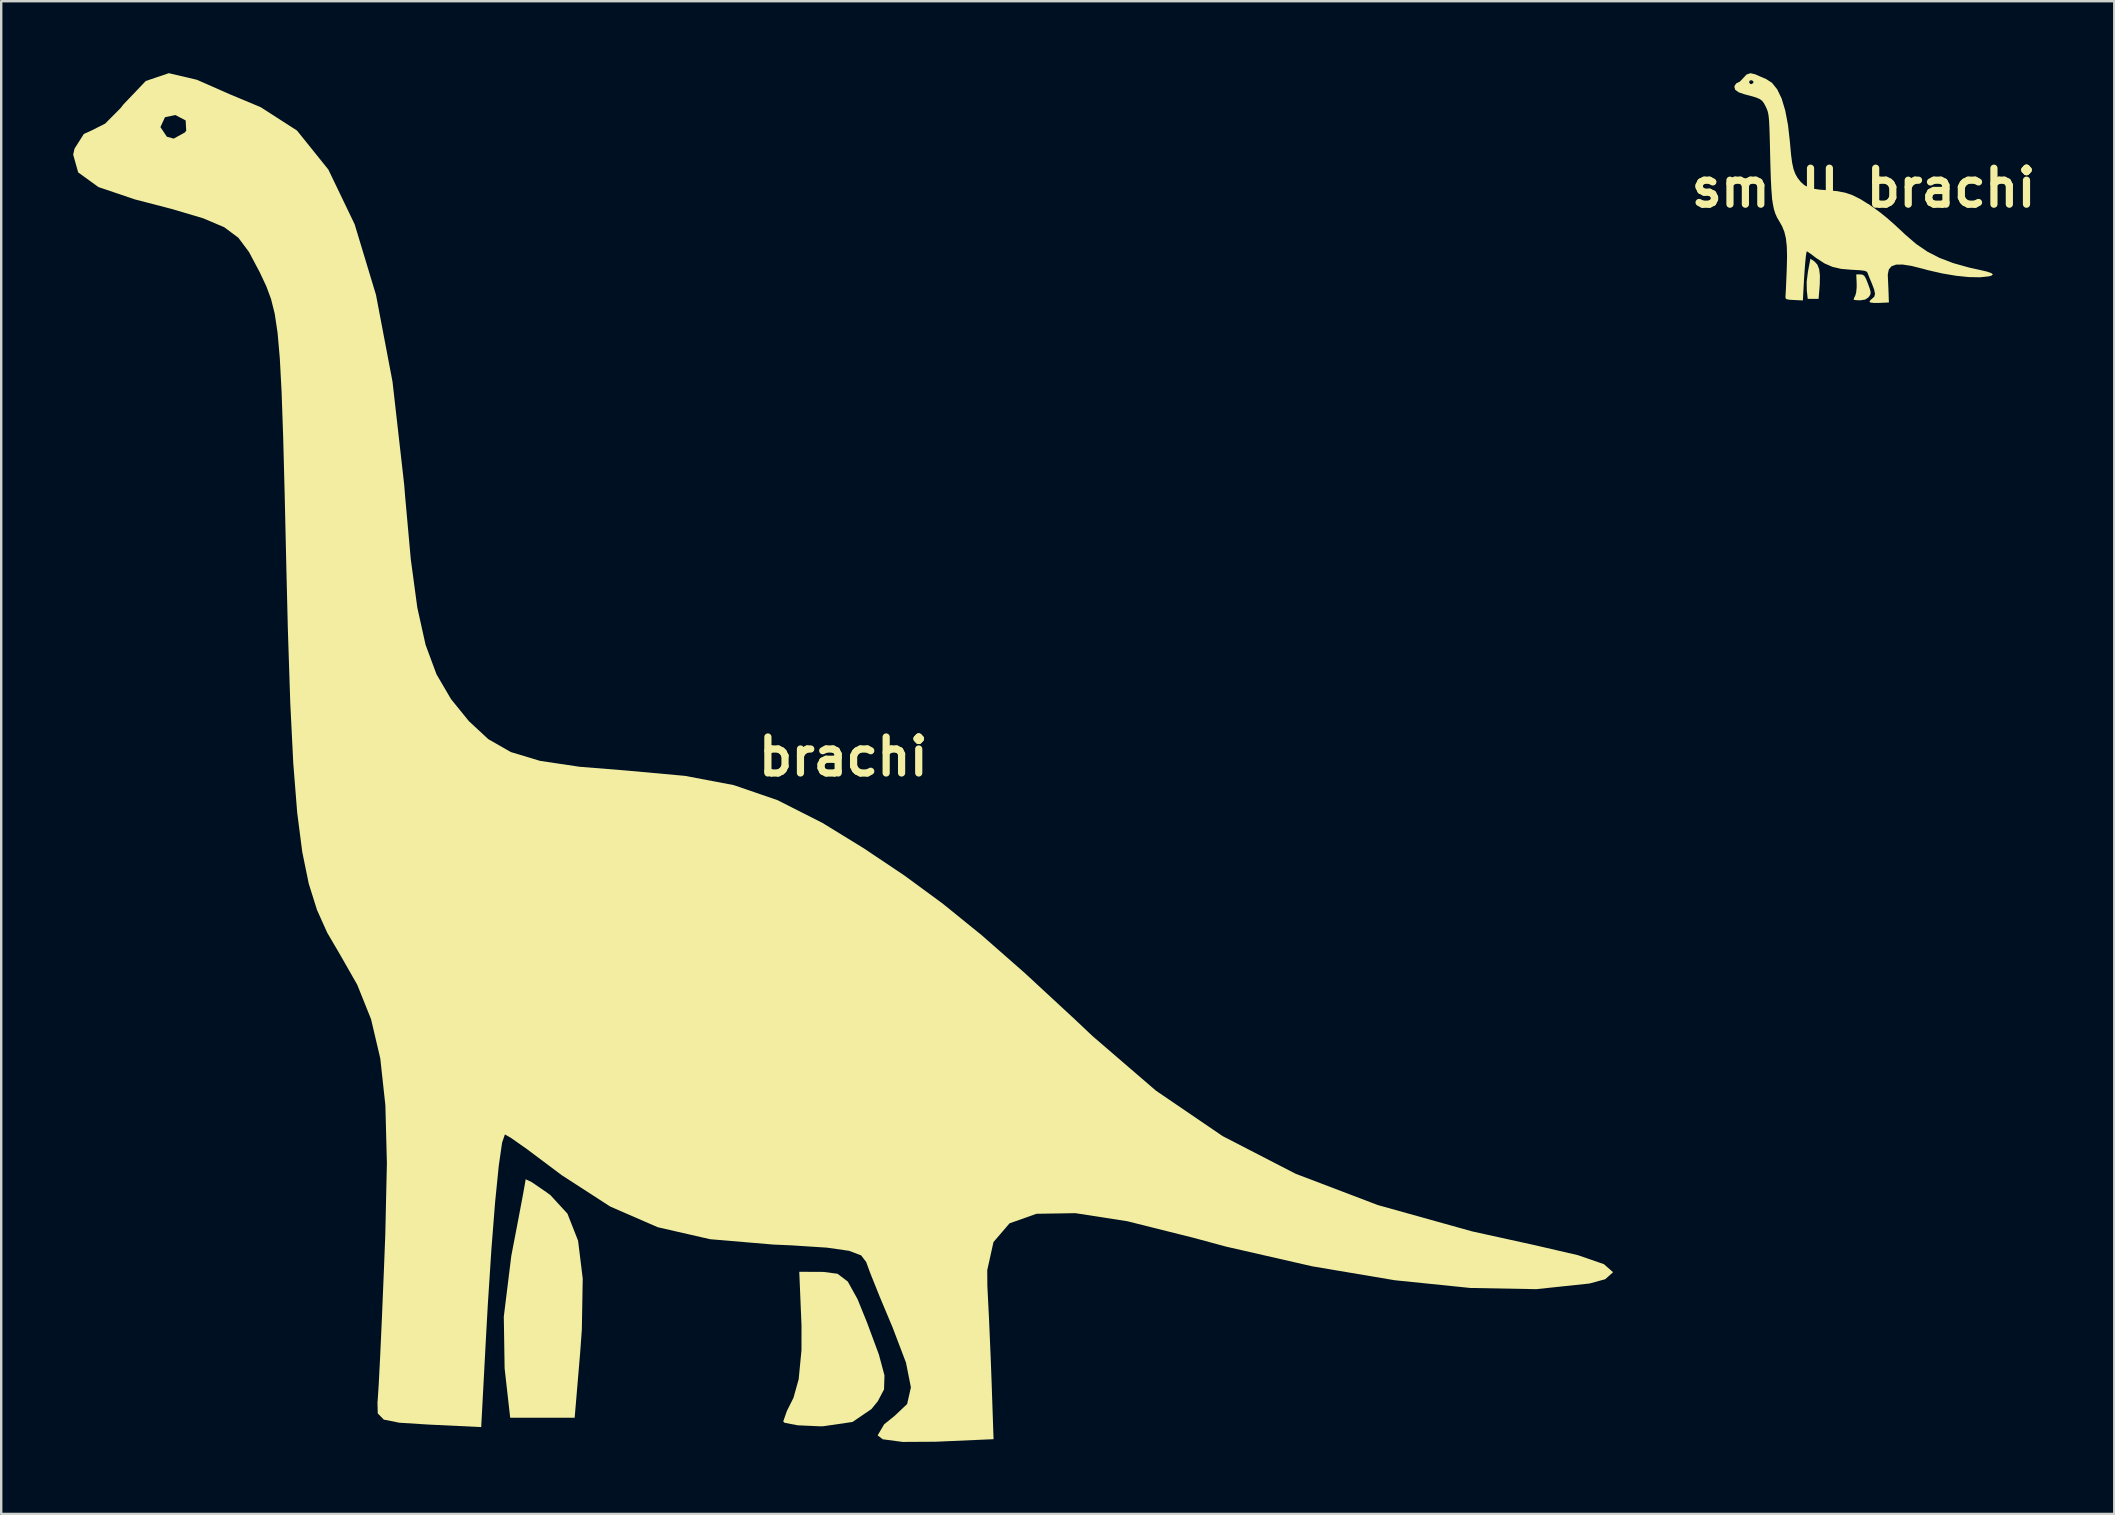
<source format=kicad_pcb>
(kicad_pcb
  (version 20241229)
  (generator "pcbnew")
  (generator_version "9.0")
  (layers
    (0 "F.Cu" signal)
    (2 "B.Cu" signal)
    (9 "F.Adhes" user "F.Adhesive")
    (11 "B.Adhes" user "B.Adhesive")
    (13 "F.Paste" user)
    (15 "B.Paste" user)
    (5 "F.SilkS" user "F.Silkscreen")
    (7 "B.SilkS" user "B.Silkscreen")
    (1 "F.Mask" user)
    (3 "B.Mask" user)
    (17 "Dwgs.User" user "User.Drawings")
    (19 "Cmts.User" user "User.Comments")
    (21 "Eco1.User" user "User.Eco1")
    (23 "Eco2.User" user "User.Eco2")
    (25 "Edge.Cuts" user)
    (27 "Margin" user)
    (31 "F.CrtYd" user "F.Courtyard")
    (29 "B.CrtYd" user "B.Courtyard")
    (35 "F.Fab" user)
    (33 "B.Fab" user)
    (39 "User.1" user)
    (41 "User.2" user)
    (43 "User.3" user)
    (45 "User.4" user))
  (footprint "small_brachi"
    (layer "F.Cu")
    (at 74.614 4.781)
    (property "Reference" "small_brachi" (at 0 0 0) (layer "F.SilkS") (effects (font (size 1.5 1.5) (thickness 0.3))))
    (attr board_only exclude_from_pos_files exclude_from_bom)
    (fp_poly (pts (xy -2.18 2.976) (xy -2.075 3.047) (xy -2.049 3.066) (xy -1.93 3.196) (xy -1.855 3.385) (xy -1.823 3.65) (xy -1.829 4.007) (xy -1.841 4.175) (xy -1.879 4.624) (xy -2.105 4.624) (xy -2.33 4.624) (xy -2.369 4.278) (xy -2.375 3.916) (xy -2.322 3.493) (xy -2.315 3.453) (xy -2.272 3.229) (xy -2.239 3.056) (xy -2.223 2.963) (xy -2.222 2.956)) (stroke (width 0) (type solid)) (fill yes) (layer "F.SilkS"))
    (fp_poly (pts (xy -0.139 3.604) (xy -0.041 3.617) (xy 0.031 3.671) (xy 0.1 3.794) (xy 0.165 3.956) (xy 0.249 4.181) (xy 0.288 4.327) (xy 0.285 4.425) (xy 0.241 4.508) (xy 0.197 4.563) (xy 0.064 4.653) (xy -0.142 4.684) (xy -0.163 4.684) (xy -0.32 4.677) (xy -0.411 4.659) (xy -0.42 4.65) (xy -0.395 4.577) (xy -0.349 4.485) (xy -0.312 4.353) (xy -0.292 4.151) (xy -0.292 3.978) (xy -0.308 3.603)) (stroke (width 0) (type solid)) (fill yes) (layer "F.SilkS"))
    (fp_poly (pts (xy -4.522 -4.735) (xy -4.49 -4.721) (xy -4.292 -4.634) (xy -4.084 -4.547) (xy -4.076 -4.544) (xy -3.821 -4.38) (xy -3.602 -4.107) (xy -3.418 -3.724) (xy -3.269 -3.23) (xy -3.153 -2.623) (xy -3.072 -1.902) (xy -3.065 -1.816) (xy -3.025 -1.381) (xy -2.98 -1.043) (xy -2.922 -0.782) (xy -2.845 -0.576) (xy -2.744 -0.403) (xy -2.62 -0.249) (xy -2.483 -0.123) (xy -2.326 -0.033) (xy -2.121 0.029) (xy -1.844 0.071) (xy -1.524 0.096) (xy -1.107 0.134) (xy -0.767 0.199) (xy -0.461 0.304) (xy -0.145 0.463) (xy 0.143 0.641) (xy 0.428 0.832) (xy 0.695 1.028) (xy 0.968 1.249) (xy 1.269 1.513) (xy 1.622 1.84) (xy 1.743 1.954) (xy 2.187 2.336) (xy 2.653 2.654) (xy 3.164 2.917) (xy 3.739 3.136) (xy 4.399 3.32) (xy 4.838 3.417) (xy 5.138 3.487) (xy 5.32 3.55) (xy 5.384 3.606) (xy 5.329 3.655) (xy 5.219 3.685) (xy 4.847 3.724) (xy 4.386 3.716) (xy 3.857 3.662) (xy 3.28 3.565) (xy 2.677 3.427) (xy 2.446 3.364) (xy 1.985 3.249) (xy 1.623 3.193) (xy 1.351 3.197) (xy 1.163 3.264) (xy 1.05 3.395) (xy 1.007 3.592) (xy 1.008 3.703) (xy 1.019 3.928) (xy 1.031 4.201) (xy 1.038 4.383) (xy 1.051 4.774) (xy 0.646 4.792) (xy 0.415 4.793) (xy 0.276 4.774) (xy 0.24 4.747) (xy 0.286 4.67) (xy 0.36 4.61) (xy 0.446 4.528) (xy 0.473 4.411) (xy 0.438 4.238) (xy 0.343 3.986) (xy 0.336 3.971) (xy 0.253 3.773) (xy 0.188 3.611) (xy 0.16 3.535) (xy 0.125 3.488) (xy 0.041 3.456) (xy -0.114 3.434) (xy -0.36 3.418) (xy -0.491 3.412) (xy -0.932 3.375) (xy -1.298 3.291) (xy -1.63 3.147) (xy -1.97 2.927) (xy -2.057 2.861) (xy -2.212 2.745) (xy -2.326 2.666) (xy -2.367 2.642) (xy -2.387 2.7) (xy -2.41 2.862) (xy -2.435 3.115) (xy -2.461 3.443) (xy -2.487 3.832) (xy -2.498 4.041) (xy -2.533 4.689) (xy -2.903 4.671) (xy -3.105 4.659) (xy -3.214 4.637) (xy -3.256 4.594) (xy -3.258 4.516) (xy -3.257 4.504) (xy -3.25 4.395) (xy -3.239 4.189) (xy -3.227 3.911) (xy -3.213 3.584) (xy -3.204 3.344) (xy -3.192 2.843) (xy -3.203 2.438) (xy -3.239 2.11) (xy -3.303 1.836) (xy -3.4 1.595) (xy -3.522 1.381) (xy -3.61 1.231) (xy -3.681 1.072) (xy -3.739 0.888) (xy -3.785 0.665) (xy -3.82 0.39) (xy -3.847 0.047) (xy -3.868 -0.377) (xy -3.885 -0.897) (xy -3.896 -1.321) (xy -3.907 -1.83) (xy -3.918 -2.234) (xy -3.929 -2.547) (xy -3.941 -2.786) (xy -3.957 -2.964) (xy -3.977 -3.098) (xy -4.003 -3.202) (xy -4.036 -3.29) (xy -4.077 -3.379) (xy -4.084 -3.393) (xy -4.157 -3.531) (xy -4.231 -3.63) (xy -4.33 -3.703) (xy -4.478 -3.766) (xy -4.698 -3.832) (xy -4.955 -3.898) (xy -5.21 -3.984) (xy -5.352 -4.087) (xy -5.387 -4.211) (xy -5.378 -4.253) (xy -5.312 -4.356) (xy -5.252 -4.383) (xy -5.212 -4.404) (xy -4.777 -4.404) (xy -4.731 -4.337) (xy -4.684 -4.323) (xy -4.605 -4.367) (xy -4.596 -4.379) (xy -4.6 -4.45) (xy -4.672 -4.489) (xy -4.745 -4.473) (xy -4.777 -4.404) (xy -5.212 -4.404) (xy -5.163 -4.428) (xy -5.054 -4.538) (xy -5.035 -4.563) (xy -4.879 -4.726) (xy -4.718 -4.781)) (stroke (width 0) (type solid)) (fill yes) (layer "F.SilkS")))
  (footprint "brachi"
    (layer "F.Cu")
    (at 32.093 28.484)
    (property "Reference" "brachi" (at 0 0 0) (layer "F.SilkS") (effects (font (size 1.5 1.5) (thickness 0.3))))
    (attr board_only exclude_from_pos_files exclude_from_bom)
    (fp_poly (pts (xy -12.985 17.729) (xy -12.365 18.154) (xy -12.207 18.269) (xy -11.496 19.042) (xy -11.053 20.169) (xy -10.859 21.746) (xy -10.896 23.873) (xy -10.969 24.874) (xy -11.195 27.546) (xy -12.538 27.546) (xy -13.882 27.546) (xy -14.114 25.489) (xy -14.148 23.333) (xy -13.837 20.812) (xy -13.791 20.57) (xy -13.535 19.236) (xy -13.341 18.207) (xy -13.243 17.655) (xy -13.237 17.608)) (stroke (width 0) (type solid)) (fill yes) (layer "F.SilkS"))
    (fp_poly (pts (xy -0.828 21.47) (xy -0.242 21.547) (xy 0.187 21.873) (xy 0.593 22.605) (xy 0.984 23.568) (xy 1.481 24.909) (xy 1.715 25.778) (xy 1.698 26.365) (xy 1.438 26.858) (xy 1.173 27.185) (xy 0.384 27.723) (xy -0.847 27.903) (xy -0.974 27.904) (xy -1.906 27.862) (xy -2.449 27.756) (xy -2.504 27.702) (xy -2.351 27.266) (xy -2.077 26.718) (xy -1.859 25.937) (xy -1.743 24.729) (xy -1.742 23.701) (xy -1.835 21.465)) (stroke (width 0) (type solid)) (fill yes) (layer "F.SilkS"))
    (fp_poly (pts (xy -26.943 -28.211) (xy -26.751 -28.127) (xy -25.573 -27.608) (xy -24.333 -27.09) (xy -24.284 -27.07) (xy -22.767 -26.094) (xy -21.461 -24.47) (xy -20.364 -22.189) (xy -19.474 -19.245) (xy -18.786 -15.628) (xy -18.299 -11.333) (xy -18.258 -10.82) (xy -18.024 -8.225) (xy -17.753 -6.216) (xy -17.408 -4.662) (xy -16.953 -3.434) (xy -16.349 -2.402) (xy -15.607 -1.486) (xy -14.796 -0.732) (xy -13.856 -0.194) (xy -12.636 0.174) (xy -10.984 0.42) (xy -9.078 0.573) (xy -6.595 0.799) (xy -4.568 1.183) (xy -2.744 1.81) (xy -0.866 2.761) (xy 0.853 3.817) (xy 2.552 4.955) (xy 4.144 6.124) (xy 5.767 7.439) (xy 7.561 9.014) (xy 9.665 10.961) (xy 10.383 11.64) (xy 13.028 13.917) (xy 15.808 15.811) (xy 18.849 17.38) (xy 22.274 18.684) (xy 26.208 19.782) (xy 28.826 20.358) (xy 30.611 20.772) (xy 31.697 21.148) (xy 32.078 21.483) (xy 31.751 21.775) (xy 31.093 21.954) (xy 28.875 22.189) (xy 26.129 22.139) (xy 22.978 21.817) (xy 19.543 21.237) (xy 15.947 20.415) (xy 14.574 20.044) (xy 11.829 19.357) (xy 9.669 19.022) (xy 8.049 19.048) (xy 6.927 19.446) (xy 6.258 20.226) (xy 5.998 21.399) (xy 6.003 22.059) (xy 6.071 23.4) (xy 6.141 25.027) (xy 6.182 26.115) (xy 6.261 28.441) (xy 3.846 28.547) (xy 2.474 28.555) (xy 1.643 28.445) (xy 1.431 28.281) (xy 1.702 27.822) (xy 2.146 27.463) (xy 2.66 26.975) (xy 2.817 26.282) (xy 2.612 25.251) (xy 2.041 23.75) (xy 2 23.656) (xy 1.508 22.481) (xy 1.12 21.512) (xy 0.954 21.059) (xy 0.745 20.783) (xy 0.242 20.591) (xy -0.681 20.459) (xy -2.145 20.364) (xy -2.924 20.33) (xy -5.551 20.107) (xy -7.732 19.608) (xy -9.712 18.747) (xy -11.736 17.438) (xy -12.256 17.048) (xy -13.181 16.355) (xy -13.855 15.881) (xy -14.102 15.741) (xy -14.22 16.084) (xy -14.359 17.053) (xy -14.51 18.559) (xy -14.664 20.515) (xy -14.814 22.831) (xy -14.884 24.075) (xy -15.09 27.937) (xy -17.293 27.831) (xy -18.5 27.755) (xy -19.149 27.626) (xy -19.401 27.367) (xy -19.413 26.905) (xy -19.405 26.831) (xy -19.362 26.182) (xy -19.299 24.959) (xy -19.224 23.303) (xy -19.143 21.355) (xy -19.087 19.923) (xy -19.02 16.936) (xy -19.083 14.528) (xy -19.296 12.571) (xy -19.68 10.939) (xy -20.256 9.502) (xy -20.983 8.228) (xy -21.506 7.336) (xy -21.933 6.385) (xy -22.277 5.289) (xy -22.548 3.963) (xy -22.759 2.322) (xy -22.921 0.28) (xy -23.047 -2.248) (xy -23.148 -5.346) (xy -23.21 -7.87) (xy -23.279 -10.902) (xy -23.342 -13.307) (xy -23.407 -15.175) (xy -23.482 -16.597) (xy -23.575 -17.661) (xy -23.694 -18.457) (xy -23.848 -19.074) (xy -24.044 -19.602) (xy -24.291 -20.129) (xy -24.333 -20.213) (xy -24.768 -21.034) (xy -25.208 -21.624) (xy -25.797 -22.064) (xy -26.678 -22.438) (xy -27.992 -22.827) (xy -29.521 -23.224) (xy -31.04 -23.738) (xy -31.885 -24.349) (xy -32.093 -25.088) (xy -32.038 -25.338) (xy -31.65 -25.95) (xy -31.289 -26.115) (xy -31.05 -26.237) (xy -28.458 -26.237) (xy -28.189 -25.836) (xy -27.904 -25.758) (xy -27.438 -26.015) (xy -27.383 -26.091) (xy -27.406 -26.515) (xy -27.836 -26.741) (xy -28.268 -26.649) (xy -28.458 -26.237) (xy -31.05 -26.237) (xy -30.762 -26.382) (xy -30.111 -27.037) (xy -29.997 -27.185) (xy -29.068 -28.159) (xy -28.109 -28.484)) (stroke (width 0) (type solid)) (fill yes) (layer "F.SilkS")))
  (gr_rect
    (start -3 -3)
    (end 85.057 60.039)
    (stroke (width 0.1) (type default))
    (fill no)
    (layer "Edge.Cuts")))
</source>
